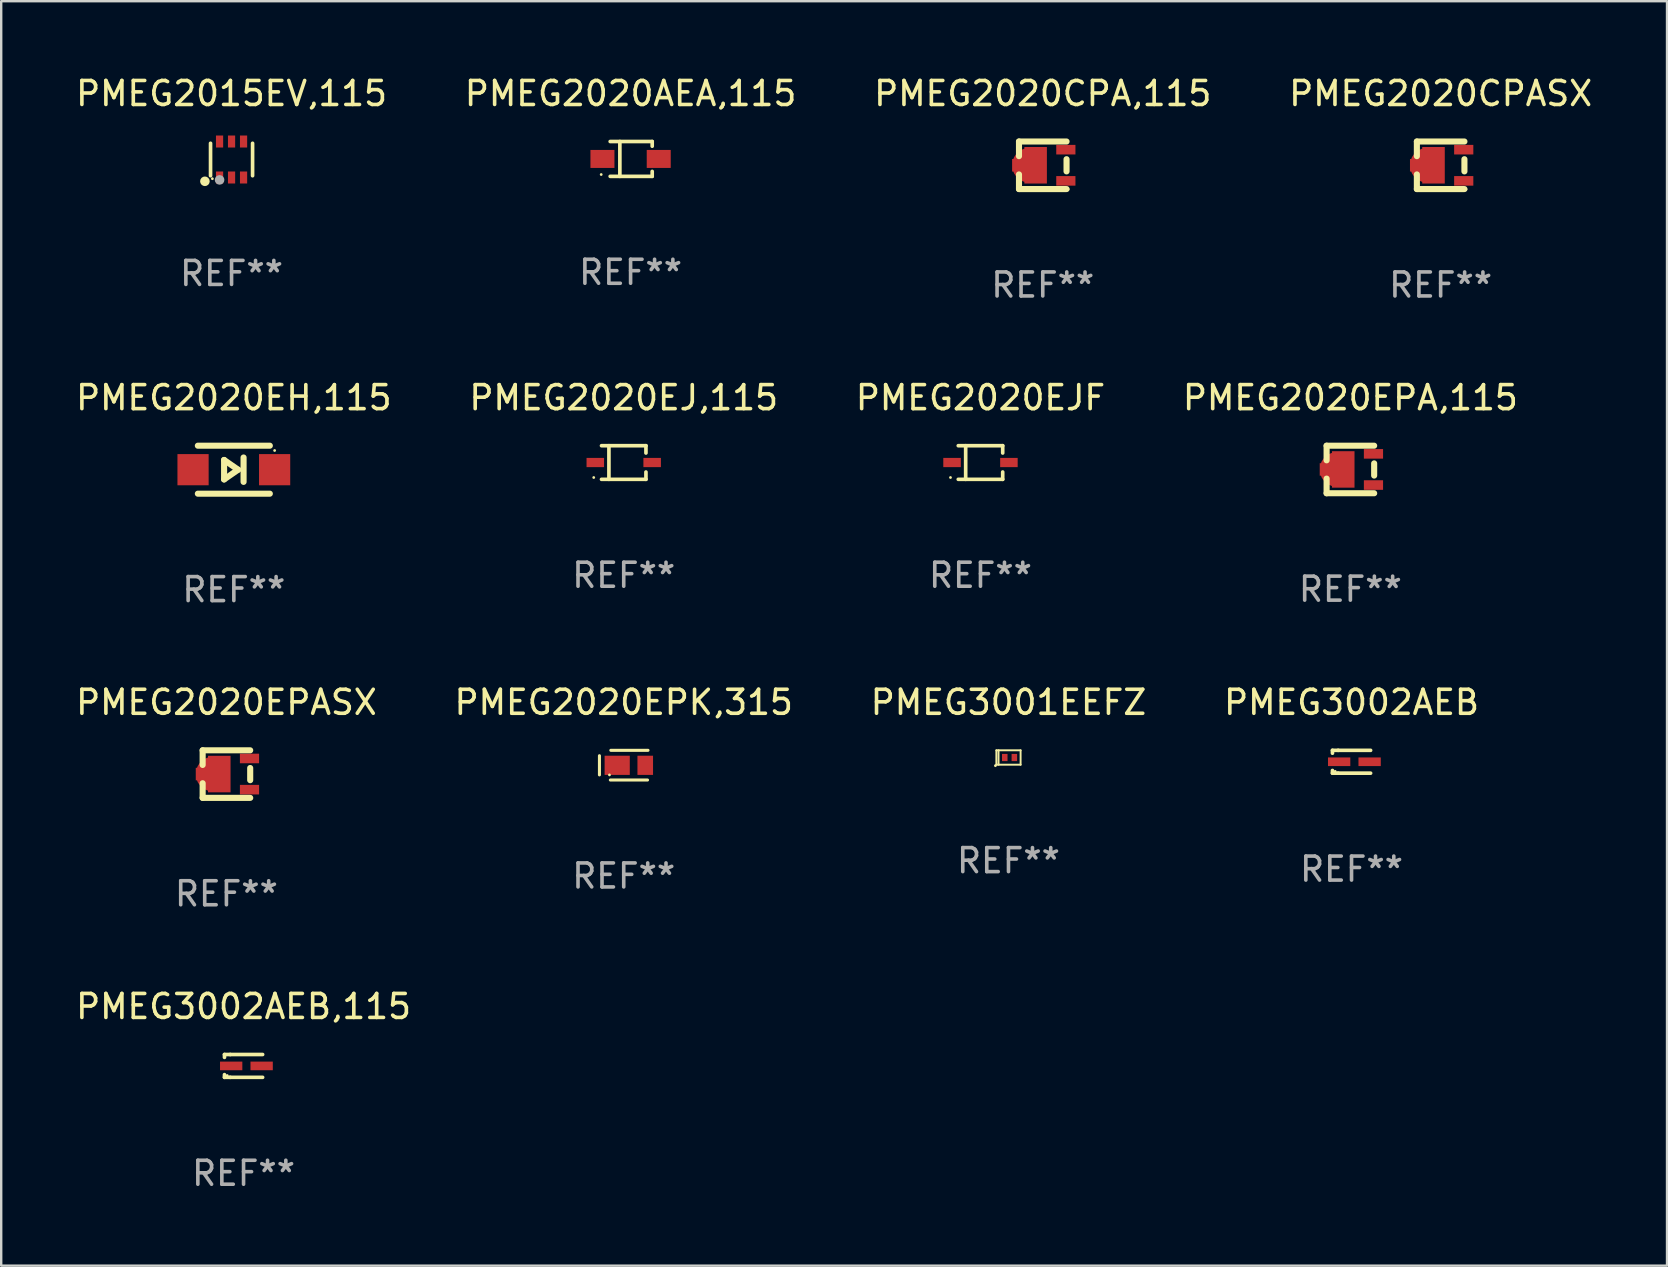
<source format=kicad_pcb>
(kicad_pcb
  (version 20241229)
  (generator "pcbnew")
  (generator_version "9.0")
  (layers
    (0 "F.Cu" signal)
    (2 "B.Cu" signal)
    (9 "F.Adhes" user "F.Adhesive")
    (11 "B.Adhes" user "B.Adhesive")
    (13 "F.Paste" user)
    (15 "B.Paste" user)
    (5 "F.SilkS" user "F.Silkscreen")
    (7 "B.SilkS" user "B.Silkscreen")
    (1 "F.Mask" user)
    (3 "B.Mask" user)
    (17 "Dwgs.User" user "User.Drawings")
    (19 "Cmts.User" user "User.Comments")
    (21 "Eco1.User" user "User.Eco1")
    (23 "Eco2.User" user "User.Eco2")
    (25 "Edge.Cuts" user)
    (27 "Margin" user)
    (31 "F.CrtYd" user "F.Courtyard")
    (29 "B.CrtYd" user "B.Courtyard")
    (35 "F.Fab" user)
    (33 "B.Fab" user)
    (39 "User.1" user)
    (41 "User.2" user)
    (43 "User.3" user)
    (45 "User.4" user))
  (footprint "PMEG2020CPA,115"
    (layer "F.Cu")
    (at 40.411 3.839)
    (property "Reference" "PMEG2020CPA,115" (at 0 -2.991 0) (layer "F.SilkS") (effects (font (size 1 1) (thickness 0.15))))
    (attr through_hole)
    (fp_line (start -0.991 -0.991) (end -0.991 -0.381) (stroke (width 0.254) (type solid)) (layer "F.SilkS"))
    (fp_line (start -0.991 0.381) (end -0.991 0.991) (stroke (width 0.254) (type solid)) (layer "F.SilkS"))
    (fp_line (start -0.991 0.991) (end 0.991 0.991) (stroke (width 0.254) (type solid)) (layer "F.SilkS"))
    (fp_line (start 0.991 -0.991) (end -0.991 -0.991) (stroke (width 0.254) (type solid)) (layer "F.SilkS"))
    (fp_line (start 0.991 -0.254) (end 0.991 0.254) (stroke (width 0.254) (type solid)) (layer "F.SilkS"))
    (fp_circle (center 1.054 0.999) (end 1.084 0.999) (stroke (width 0.06) (type solid)) (fill no) (layer "F.SilkS"))
    (fp_text user "REF**" (at 0 4.991 0) (layer "F.Fab") (effects (font (size 1 1) (thickness 0.15))))
    (pad "1" smd rect (at 0.962 0.649 270) (size 0.399 0.8) (layers "F.Cu" "F.Mask" "F.Paste"))
    (pad "2" smd rect (at 0.962 -0.651 270) (size 0.399 0.8) (layers "F.Cu" "F.Mask" "F.Paste"))
    (pad "3" smd custom (at -0.553 -0.001) (size 1.45 1.52) (layers "F.Cu" "F.Mask" "F.Paste") (options (anchor circle)) (primitives (gr_poly (pts (xy -0.725 -0.26) (xy -0.225 -0.26) (xy -0.215 -0.26) (xy -0.215 -0.76) (xy 0.725 -0.76) (xy 0.725 0.75) (xy 0.725 0.76) (xy -0.205 0.76) (xy -0.215 0.76) (xy -0.215 0.75) (xy -0.215 0.26) (xy -0.725 0.26)) (width 0) (fill yes)))))
  (footprint "PMEG3002AEB,115"
    (layer "F.Cu")
    (at 7.101 41.376)
    (property "Reference" "PMEG3002AEB,115" (at 0 -2.476 0) (layer "F.SilkS") (effects (font (size 1 1) (thickness 0.15))))
    (attr through_hole)
    (fp_line (start -0.795 -0.476) (end -0.795 -0.356) (stroke (width 0.152) (type solid)) (layer "F.SilkS"))
    (fp_line (start -0.795 0.363) (end -0.795 0.476) (stroke (width 0.152) (type solid)) (layer "F.SilkS"))
    (fp_line (start -0.795 0.476) (end -0.557 0.476) (stroke (width 0.152) (type solid)) (layer "F.SilkS"))
    (fp_line (start -0.557 -0.476) (end -0.795 -0.476) (stroke (width 0.152) (type solid)) (layer "F.SilkS"))
    (fp_line (start -0.557 -0.476) (end 0.795 -0.476) (stroke (width 0.152) (type solid)) (layer "F.SilkS"))
    (fp_line (start -0.557 0.476) (end 0.795 0.476) (stroke (width 0.152) (type solid)) (layer "F.SilkS"))
    (fp_circle (center -0.681 0.4) (end -0.651 0.4) (stroke (width 0.06) (type solid)) (fill no) (layer "F.SilkS"))
    (fp_text user "REF**" (at 0 4.476 0) (layer "F.Fab") (effects (font (size 1 1) (thickness 0.15))))
    (pad "1" smd rect (at -0.516 0 180) (size 0.93 0.36) (layers "F.Cu" "F.Mask" "F.Paste"))
    (pad "2" smd rect (at 0.754 0 180) (size 0.93 0.36) (layers "F.Cu" "F.Mask" "F.Paste")))
  (footprint "PMEG2015EV,115"
    (layer "F.Cu")
    (at 6.601 3.598)
    (property "Reference" "PMEG2015EV,115" (at 0 -2.75 0) (layer "F.SilkS") (effects (font (size 1 1) (thickness 0.15))))
    (attr through_hole)
    (fp_line (start -0.876 0.676) (end -0.876 -0.676) (stroke (width 0.152) (type solid)) (layer "F.SilkS"))
    (fp_line (start 0.876 0.676) (end 0.876 -0.676) (stroke (width 0.152) (type solid)) (layer "F.SilkS"))
    (fp_circle (center -1.111 0.908) (end -1.011 0.908) (stroke (width 0.2) (type solid)) (fill no) (layer "F.SilkS"))
    (fp_circle (center -0.8 0.8) (end -0.77 0.8) (stroke (width 0.06) (type solid)) (fill no) (layer "F.SilkS"))
    (fp_circle (center -0.499 0.85) (end -0.399 0.85) (stroke (width 0.2) (type solid)) (fill no) (layer "F.Fab"))
    (fp_text user "REF**" (at 0 4.75 0) (layer "F.Fab") (effects (font (size 1 1) (thickness 0.15))))
    (pad "1" smd rect (at -0.5 0.75) (size 0.3 0.5) (layers "F.Cu" "F.Mask" "F.Paste"))
    (pad "2" smd rect (at 0 0.75) (size 0.3 0.5) (layers "F.Cu" "F.Mask" "F.Paste"))
    (pad "3" smd rect (at 0.5 0.75) (size 0.3 0.5) (layers "F.Cu" "F.Mask" "F.Paste"))
    (pad "4" smd rect (at 0.5 -0.75) (size 0.3 0.5) (layers "F.Cu" "F.Mask" "F.Paste"))
    (pad "5" smd rect (at 0 -0.75) (size 0.3 0.5) (layers "F.Cu" "F.Mask" "F.Paste"))
    (pad "6" smd rect (at -0.5 -0.75) (size 0.3 0.5) (layers "F.Cu" "F.Mask" "F.Paste")))
  (footprint "PMEG2020EH,115"
    (layer "F.Cu")
    (at 6.696 16.526)
    (property "Reference" "PMEG2020EH,115" (at 0 -3 0) (layer "F.SilkS") (effects (font (size 1 1) (thickness 0.15))))
    (attr through_hole)
    (fp_line (start -1.5 -1) (end 1.5 -1) (stroke (width 0.254) (type solid)) (layer "F.SilkS"))
    (fp_line (start -0.406 -0.406) (end 0.178 0) (stroke (width 0.254) (type solid)) (layer "F.SilkS"))
    (fp_line (start -0.406 0.406) (end -0.406 -0.406) (stroke (width 0.254) (type solid)) (layer "F.SilkS"))
    (fp_line (start 0.178 0) (end -0.406 0.406) (stroke (width 0.254) (type solid)) (layer "F.SilkS"))
    (fp_line (start 0.406 0.508) (end 0.406 -0.508) (stroke (width 0.254) (type solid)) (layer "F.SilkS"))
    (fp_line (start 1.5 1) (end -1.5 1) (stroke (width 0.254) (type solid)) (layer "F.SilkS"))
    (fp_circle (center 1.7 -0.8) (end 1.73 -0.8) (stroke (width 0.06) (type solid)) (fill no) (layer "F.SilkS"))
    (fp_text user "REF**" (at 0 5 0) (layer "F.Fab") (effects (font (size 1 1) (thickness 0.15))))
    (pad "1" smd rect (at 1.7 0 180) (size 1.3 1.3) (layers "F.Cu" "F.Mask" "F.Paste"))
    (pad "2" smd rect (at -1.7 0 180) (size 1.3 1.3) (layers "F.Cu" "F.Mask" "F.Paste")))
  (footprint "PMEG2020EJ,115"
    (layer "F.Cu")
    (at 22.946 16.227)
    (property "Reference" "PMEG2020EJ,115" (at 0 -2.701 0) (layer "F.SilkS") (effects (font (size 1 1) (thickness 0.15))))
    (attr through_hole)
    (fp_line (start -0.926 -0.701) (end 0.926 -0.701) (stroke (width 0.152) (type solid)) (layer "F.SilkS"))
    (fp_line (start -0.926 0.701) (end 0.926 0.701) (stroke (width 0.152) (type solid)) (layer "F.SilkS"))
    (fp_line (start -0.617 -0.701) (end -0.617 0.701) (stroke (width 0.152) (type solid)) (layer "F.SilkS"))
    (fp_line (start 0.926 -0.701) (end 0.926 -0.396) (stroke (width 0.152) (type solid)) (layer "F.SilkS"))
    (fp_line (start 0.926 0.701) (end 0.926 0.396) (stroke (width 0.152) (type solid)) (layer "F.SilkS"))
    (fp_circle (center -1.25 0.625) (end -1.22 0.625) (stroke (width 0.06) (type solid)) (fill no) (layer "F.SilkS"))
    (fp_text user "REF**" (at 0 4.701 0) (layer "F.Fab") (effects (font (size 1 1) (thickness 0.15))))
    (pad "1" smd rect (at -1.185 0 180) (size 0.73 0.385) (layers "F.Cu" "F.Mask" "F.Paste"))
    (pad "2" smd rect (at 1.185 0 180) (size 0.73 0.385) (layers "F.Cu" "F.Mask" "F.Paste")))
  (footprint "PMEG2020EJF"
    (layer "F.Cu")
    (at 37.815 16.227)
    (property "Reference" "PMEG2020EJF" (at 0 -2.701 0) (layer "F.SilkS") (effects (font (size 1 1) (thickness 0.15))))
    (attr through_hole)
    (fp_line (start -0.926 -0.701) (end 0.926 -0.701) (stroke (width 0.152) (type solid)) (layer "F.SilkS"))
    (fp_line (start -0.926 0.701) (end 0.926 0.701) (stroke (width 0.152) (type solid)) (layer "F.SilkS"))
    (fp_line (start -0.617 -0.701) (end -0.617 0.701) (stroke (width 0.152) (type solid)) (layer "F.SilkS"))
    (fp_line (start 0.926 -0.701) (end 0.926 -0.396) (stroke (width 0.152) (type solid)) (layer "F.SilkS"))
    (fp_line (start 0.926 0.701) (end 0.926 0.396) (stroke (width 0.152) (type solid)) (layer "F.SilkS"))
    (fp_circle (center -1.25 0.625) (end -1.22 0.625) (stroke (width 0.06) (type solid)) (fill no) (layer "F.SilkS"))
    (fp_text user "REF**" (at 0 4.701 0) (layer "F.Fab") (effects (font (size 1 1) (thickness 0.15))))
    (pad "1" smd rect (at -1.185 0 180) (size 0.73 0.385) (layers "F.Cu" "F.Mask" "F.Paste"))
    (pad "2" smd rect (at 1.185 0 180) (size 0.73 0.385) (layers "F.Cu" "F.Mask" "F.Paste")))
  (footprint "PMEG2020AEA,115"
    (layer "F.Cu")
    (at 23.232 3.574)
    (property "Reference" "PMEG2020AEA,115" (at 0 -2.726 0) (layer "F.SilkS") (effects (font (size 1 1) (thickness 0.15))))
    (attr through_hole)
    (fp_line (start -0.851 -0.726) (end 0.901 -0.726) (stroke (width 0.152) (type solid)) (layer "F.SilkS"))
    (fp_line (start -0.851 0.726) (end 0.901 0.726) (stroke (width 0.152) (type solid)) (layer "F.SilkS"))
    (fp_line (start -0.447 -0.726) (end -0.447 0.726) (stroke (width 0.152) (type solid)) (layer "F.SilkS"))
    (fp_line (start 0.901 -0.726) (end 0.901 -0.53) (stroke (width 0.152) (type solid)) (layer "F.SilkS"))
    (fp_line (start 0.901 0.726) (end 0.901 0.52) (stroke (width 0.152) (type solid)) (layer "F.SilkS"))
    (fp_circle (center -1.225 0.65) (end -1.195 0.65) (stroke (width 0.06) (type solid)) (fill no) (layer "F.SilkS"))
    (fp_text user "REF**" (at 0 4.726 0) (layer "F.Fab") (effects (font (size 1 1) (thickness 0.15))))
    (pad "1" smd rect (at -1.173 0) (size 1 0.75) (layers "F.Cu" "F.Mask" "F.Paste"))
    (pad "2" smd rect (at 1.173 0) (size 1 0.75) (layers "F.Cu" "F.Mask" "F.Paste")))
  (footprint "PMEG2020EPASX"
    (layer "F.Cu")
    (at 6.387 29.213)
    (property "Reference" "PMEG2020EPASX" (at 0 -2.991 0) (layer "F.SilkS") (effects (font (size 1 1) (thickness 0.15))))
    (attr through_hole)
    (fp_line (start -0.991 -0.991) (end -0.991 -0.381) (stroke (width 0.254) (type solid)) (layer "F.SilkS"))
    (fp_line (start -0.991 0.381) (end -0.991 0.991) (stroke (width 0.254) (type solid)) (layer "F.SilkS"))
    (fp_line (start -0.991 0.991) (end 0.991 0.991) (stroke (width 0.254) (type solid)) (layer "F.SilkS"))
    (fp_line (start 0.991 -0.991) (end -0.991 -0.991) (stroke (width 0.254) (type solid)) (layer "F.SilkS"))
    (fp_line (start 0.991 -0.254) (end 0.991 0.254) (stroke (width 0.254) (type solid)) (layer "F.SilkS"))
    (fp_circle (center 1.054 0.999) (end 1.084 0.999) (stroke (width 0.06) (type solid)) (fill no) (layer "F.SilkS"))
    (fp_text user "REF**" (at 0 4.991 0) (layer "F.Fab") (effects (font (size 1 1) (thickness 0.15))))
    (pad "1" smd rect (at 0.962 0.649 270) (size 0.399 0.8) (layers "F.Cu" "F.Mask" "F.Paste"))
    (pad "2" smd rect (at 0.962 -0.651 270) (size 0.399 0.8) (layers "F.Cu" "F.Mask" "F.Paste"))
    (pad "3" smd custom (at -0.553 -0.001) (size 1.45 1.52) (layers "F.Cu" "F.Mask" "F.Paste") (options (anchor circle)) (primitives (gr_poly (pts (xy -0.725 -0.26) (xy -0.225 -0.26) (xy -0.215 -0.26) (xy -0.215 -0.76) (xy 0.725 -0.76) (xy 0.725 0.75) (xy 0.725 0.76) (xy -0.205 0.76) (xy -0.215 0.76) (xy -0.215 0.75) (xy -0.215 0.26) (xy -0.725 0.26)) (width 0) (fill yes)))))
  (footprint "PMEG2020EPA,115"
    (layer "F.Cu")
    (at 53.232 16.517)
    (property "Reference" "PMEG2020EPA,115" (at 0 -2.991 0) (layer "F.SilkS") (effects (font (size 1 1) (thickness 0.15))))
    (attr through_hole)
    (fp_line (start -0.991 -0.991) (end -0.991 -0.381) (stroke (width 0.254) (type solid)) (layer "F.SilkS"))
    (fp_line (start -0.991 0.381) (end -0.991 0.991) (stroke (width 0.254) (type solid)) (layer "F.SilkS"))
    (fp_line (start -0.991 0.991) (end 0.991 0.991) (stroke (width 0.254) (type solid)) (layer "F.SilkS"))
    (fp_line (start 0.991 -0.991) (end -0.991 -0.991) (stroke (width 0.254) (type solid)) (layer "F.SilkS"))
    (fp_line (start 0.991 -0.254) (end 0.991 0.254) (stroke (width 0.254) (type solid)) (layer "F.SilkS"))
    (fp_circle (center 1.054 0.999) (end 1.084 0.999) (stroke (width 0.06) (type solid)) (fill no) (layer "F.SilkS"))
    (fp_text user "REF**" (at 0 4.991 0) (layer "F.Fab") (effects (font (size 1 1) (thickness 0.15))))
    (pad "1" smd rect (at 0.962 0.649 270) (size 0.399 0.8) (layers "F.Cu" "F.Mask" "F.Paste"))
    (pad "2" smd rect (at 0.962 -0.651 270) (size 0.399 0.8) (layers "F.Cu" "F.Mask" "F.Paste"))
    (pad "3" smd custom (at -0.553 -0.001) (size 1.45 1.52) (layers "F.Cu" "F.Mask" "F.Paste") (options (anchor circle)) (primitives (gr_poly (pts (xy -0.725 -0.26) (xy -0.225 -0.26) (xy -0.215 -0.26) (xy -0.215 -0.76) (xy 0.725 -0.76) (xy 0.725 0.75) (xy 0.725 0.76) (xy -0.205 0.76) (xy -0.215 0.76) (xy -0.215 0.75) (xy -0.215 0.26) (xy -0.725 0.26)) (width 0) (fill yes)))))
  (footprint "PMEG3001EEFZ"
    (layer "F.Cu")
    (at 38.982 28.522)
    (property "Reference" "PMEG3001EEFZ" (at 0 -2.3 0) (layer "F.SilkS") (effects (font (size 1 1) (thickness 0.15))))
    (attr through_hole)
    (fp_line (start -0.505 -0.3) (end -0.505 0.3) (stroke (width 0.08) (type solid)) (layer "F.SilkS"))
    (fp_line (start -0.505 -0.3) (end 0.505 -0.3) (stroke (width 0.08) (type solid)) (layer "F.SilkS"))
    (fp_line (start -0.505 0.3) (end 0.505 0.3) (stroke (width 0.08) (type solid)) (layer "F.SilkS"))
    (fp_line (start -0.415 -0.3) (end -0.415 0.3) (stroke (width 0.08) (type solid)) (layer "F.SilkS"))
    (fp_line (start 0.505 -0.3) (end 0.505 0.3) (stroke (width 0.08) (type solid)) (layer "F.SilkS"))
    (fp_circle (center -0.545 0.34) (end -0.515 0.34) (stroke (width 0.06) (type solid)) (fill no) (layer "F.SilkS"))
    (fp_text user "REF**" (at 0 4.3 0) (layer "F.Fab") (effects (font (size 1 1) (thickness 0.15))))
    (pad "1" smd rect (at -0.155 0 180) (size 0.23 0.3) (layers "F.Cu" "F.Mask" "F.Paste"))
    (pad "2" smd rect (at 0.245 0 180) (size 0.23 0.3) (layers "F.Cu" "F.Mask" "F.Paste")))
  (footprint "PMEG2020EPK,315"
    (layer "F.Cu")
    (at 22.946 28.841)
    (property "Reference" "PMEG2020EPK,315" (at 0 -2.619 0) (layer "F.SilkS") (effects (font (size 1 1) (thickness 0.15))))
    (attr through_hole)
    (fp_line (start -1.012 -0.394) (end -1.012 0.406) (stroke (width 0.127) (type solid)) (layer "F.SilkS"))
    (fp_line (start -0.558 0.619) (end 0.992 0.619) (stroke (width 0.127) (type solid)) (layer "F.SilkS"))
    (fp_line (start -0.538 -0.619) (end 1.012 -0.619) (stroke (width 0.127) (type solid)) (layer "F.SilkS"))
    (fp_circle (center -0.594 0.406) (end -0.564 0.406) (stroke (width 0.06) (type solid)) (fill no) (layer "F.SilkS"))
    (fp_text user "REF**" (at 0 4.619 0) (layer "F.Fab") (effects (font (size 1 1) (thickness 0.15))))
    (pad "1" smd rect (at -0.272 0.006) (size 1.049 0.8) (layers "F.Cu" "F.Mask" "F.Paste"))
    (pad "2" smd rect (at 0.897 0.006) (size 0.65 0.8) (layers "F.Cu" "F.Mask" "F.Paste")))
  (footprint "PMEG2020CPASX"
    (layer "F.Cu")
    (at 56.994 3.839)
    (property "Reference" "PMEG2020CPASX" (at 0 -2.991 0) (layer "F.SilkS") (effects (font (size 1 1) (thickness 0.15))))
    (attr through_hole)
    (fp_line (start -0.991 -0.991) (end -0.991 -0.381) (stroke (width 0.254) (type solid)) (layer "F.SilkS"))
    (fp_line (start -0.991 0.381) (end -0.991 0.991) (stroke (width 0.254) (type solid)) (layer "F.SilkS"))
    (fp_line (start -0.991 0.991) (end 0.991 0.991) (stroke (width 0.254) (type solid)) (layer "F.SilkS"))
    (fp_line (start 0.991 -0.991) (end -0.991 -0.991) (stroke (width 0.254) (type solid)) (layer "F.SilkS"))
    (fp_line (start 0.991 -0.254) (end 0.991 0.254) (stroke (width 0.254) (type solid)) (layer "F.SilkS"))
    (fp_circle (center 1.054 0.999) (end 1.084 0.999) (stroke (width 0.06) (type solid)) (fill no) (layer "F.SilkS"))
    (fp_text user "REF**" (at 0 4.991 0) (layer "F.Fab") (effects (font (size 1 1) (thickness 0.15))))
    (pad "1" smd rect (at 0.962 0.649 270) (size 0.399 0.8) (layers "F.Cu" "F.Mask" "F.Paste"))
    (pad "2" smd rect (at 0.962 -0.651 270) (size 0.399 0.8) (layers "F.Cu" "F.Mask" "F.Paste"))
    (pad "3" smd custom (at -0.553 -0.001) (size 1.45 1.52) (layers "F.Cu" "F.Mask" "F.Paste") (options (anchor circle)) (primitives (gr_poly (pts (xy -0.725 -0.26) (xy -0.225 -0.26) (xy -0.215 -0.26) (xy -0.215 -0.76) (xy 0.725 -0.76) (xy 0.725 0.75) (xy 0.725 0.76) (xy -0.205 0.76) (xy -0.215 0.76) (xy -0.215 0.75) (xy -0.215 0.26) (xy -0.725 0.26)) (width 0) (fill yes)))))
  (footprint "PMEG3002AEB"
    (layer "F.Cu")
    (at 53.28 28.699)
    (property "Reference" "PMEG3002AEB" (at 0 -2.476 0) (layer "F.SilkS") (effects (font (size 1 1) (thickness 0.15))))
    (attr through_hole)
    (fp_line (start -0.795 -0.476) (end -0.795 -0.356) (stroke (width 0.152) (type solid)) (layer "F.SilkS"))
    (fp_line (start -0.795 0.363) (end -0.795 0.476) (stroke (width 0.152) (type solid)) (layer "F.SilkS"))
    (fp_line (start -0.795 0.476) (end -0.557 0.476) (stroke (width 0.152) (type solid)) (layer "F.SilkS"))
    (fp_line (start -0.557 -0.476) (end -0.795 -0.476) (stroke (width 0.152) (type solid)) (layer "F.SilkS"))
    (fp_line (start -0.557 -0.476) (end 0.795 -0.476) (stroke (width 0.152) (type solid)) (layer "F.SilkS"))
    (fp_line (start -0.557 0.476) (end 0.795 0.476) (stroke (width 0.152) (type solid)) (layer "F.SilkS"))
    (fp_circle (center -0.681 0.4) (end -0.651 0.4) (stroke (width 0.06) (type solid)) (fill no) (layer "F.SilkS"))
    (fp_text user "REF**" (at 0 4.476 0) (layer "F.Fab") (effects (font (size 1 1) (thickness 0.15))))
    (pad "1" smd rect (at -0.516 0 180) (size 0.93 0.36) (layers "F.Cu" "F.Mask" "F.Paste"))
    (pad "2" smd rect (at 0.754 0 180) (size 0.93 0.36) (layers "F.Cu" "F.Mask" "F.Paste")))
  (gr_rect
    (start -3 -3)
    (end 66.429 49.701)
    (stroke (width 0.1) (type default))
    (fill no)
    (layer "Edge.Cuts")))
</source>
